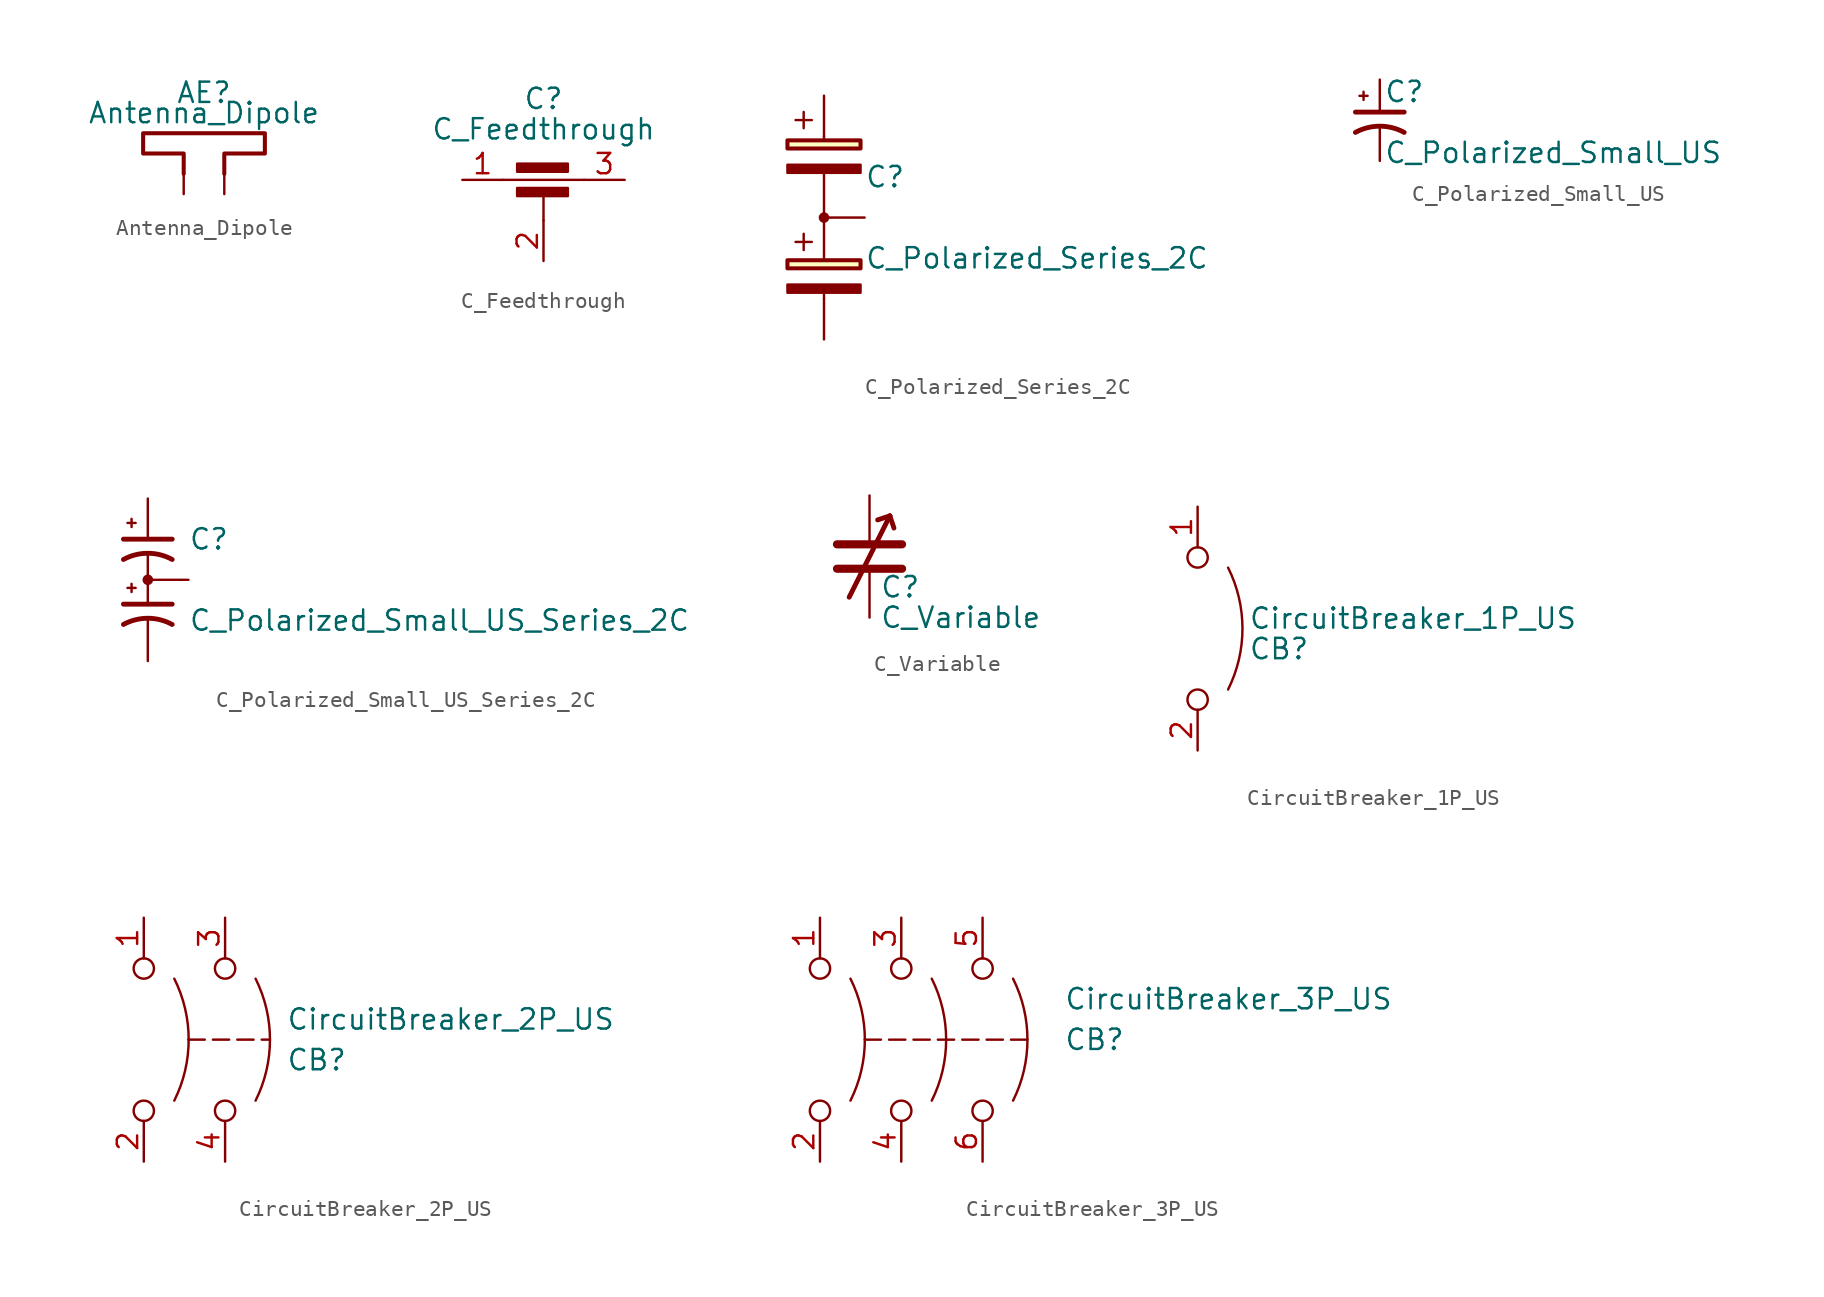
<source format=kicad_sym>
(kicad_symbol_lib
  (version 20220914)
  (generator kicad_symbol_editor)
  (symbol "Antenna_Dipole"
    (pin_numbers hide)
    (pin_names
      (offset 1.016) hide)
    (property "Reference" "AE"
      (at 1.27 1.27 0)
      (effects (font (size 1.27 1.27))))
    (property "Value" "Antenna_Dipole"
      (at 1.27 0 0)
      (effects (font (size 1.27 1.27))))
    (symbol "Antenna_Dipole_0_1"
      (polyline (pts (xy 2.54 -3.81) (xy 2.54 -2.54) (xy 5.08 -2.54) (xy 5.08 -1.27) (xy -2.54 -1.27) (xy -2.54 -2.54) (xy 0 -2.54) (xy 0 -3.81)) (stroke (width 0.254) (type default)) (fill (type none))))
    (symbol "Antenna_Dipole_1_1"
      (pin input line (at 0 -5.08 90) (length 2.54) (name "~" (effects (font (size 1.27 1.27)))) (number "1" (effects (font (size 1.27 1.27)))))
      (pin input line (at 2.54 -5.08 90) (length 2.54) (name "~" (effects (font (size 1.27 1.27)))) (number "2" (effects (font (size 1.27 1.27)))))))
  (symbol "C_Feedthrough"
    (pin_names
      (offset 0.254) hide)
    (property "Reference" "C"
      (at 0 7.62 0)
      (effects (font (size 1.27 1.27))))
    (property "Value" "C_Feedthrough"
      (at 0 5.715 0)
      (effects (font (size 1.27 1.27))))
    (symbol "C_Feedthrough_0_1"
      (rectangle (start -1.651 1.524) (end 1.524 2.032) (stroke (width 0) (type default)) (fill (type outline)))
      (polyline (pts (xy -2.54 2.54) (xy 2.54 2.54)) (stroke (width 0) (type default)) (fill (type none)))
      (polyline (pts (xy 0 0) (xy 0 1.778)) (stroke (width 0) (type default)) (fill (type none)))
      (rectangle (start 1.524 3.048) (end -1.651 3.556) (stroke (width 0) (type default)) (fill (type outline))))
    (symbol "C_Feedthrough_1_1"
      (pin passive line (at -5.08 2.54 0) (length 2.54) (name "1" (effects (font (size 1.27 1.27)))) (number "1" (effects (font (size 1.27 1.27)))))
      (pin passive line (at 0 -2.54 90) (length 2.54) (name "2" (effects (font (size 1.27 1.27)))) (number "2" (effects (font (size 1.27 1.27)))))
      (pin passive line (at 5.08 2.54 180) (length 2.54) (name "3" (effects (font (size 1.27 1.27)))) (number "3" (effects (font (size 1.27 1.27)))))))
  (symbol "C_Polarized_Series_2C"
    (pin_numbers hide)
    (property "Reference" "C"
      (at 2.54 2.54 0)
      (effects (font (size 1.27 1.27)) (justify left)))
    (property "Value" "C_Polarized_Series_2C"
      (at 2.54 -2.54 0)
      (effects (font (size 1.27 1.27)) (justify left)))
    (symbol "C_Polarized_Series_2C_0_1"
      (rectangle (start -2.286 -3.175) (end 2.286 -2.667) (stroke (width 0.254) (type default)) (fill (type background)))
      (rectangle (start -2.286 4.318) (end 2.286 4.826) (stroke (width 0.254) (type default)) (fill (type background)))
      (polyline (pts (xy -1.778 -1.524) (xy -0.762 -1.524)) (stroke (width 0) (type default)) (fill (type none)))
      (polyline (pts (xy -1.778 6.096) (xy -0.762 6.096)) (stroke (width 0) (type default)) (fill (type none)))
      (polyline (pts (xy -1.27 -1.016) (xy -1.27 -2.032)) (stroke (width 0) (type default)) (fill (type none)))
      (polyline (pts (xy -1.27 6.604) (xy -1.27 5.588)) (stroke (width 0) (type default)) (fill (type none)))
      (polyline (pts (xy 0 -5.08) (xy 0 -4.572)) (stroke (width 0.152) (type default)) (fill (type none)))
      (polyline (pts (xy 0 2.794) (xy 0 -2.667)) (stroke (width 0.152) (type default)) (fill (type none)))
      (polyline (pts (xy 0 5.08) (xy 0 4.826)) (stroke (width 0.152) (type default)) (fill (type none)))
      (circle (center 0 0) (radius 0.254) (stroke (width 0) (type default)) (fill (type outline)))
      (rectangle (start 2.286 -4.191) (end -2.286 -4.699) (stroke (width 0) (type default)) (fill (type outline)))
      (rectangle (start 2.286 3.302) (end -2.286 2.794) (stroke (width 0) (type default)) (fill (type outline))))
    (symbol "C_Polarized_Series_2C_1_1"
      (pin passive line (at 0 7.62 270) (length 2.54) (name "~" (effects (font (size 1.27 1.27)))) (number "1" (effects (font (size 1.27 1.27)))))
      (pin passive line (at 2.54 0 180) (length 2.54) (name "~" (effects (font (size 1.27 1.27)))) (number "2" (effects (font (size 1.27 1.27)))))
      (pin passive line (at 0 -7.62 90) (length 2.54) (name "~" (effects (font (size 1.27 1.27)))) (number "3" (effects (font (size 1.27 1.27)))))))
  (symbol "C_Polarized_Small_US"
    (pin_numbers hide)
    (pin_names
      (offset 0.254) hide)
    (property "Reference" "C"
      (at 0.254 1.778 0)
      (effects (font (size 1.27 1.27)) (justify left)))
    (property "Value" "C_Polarized_Small_US"
      (at 0.254 -2.032 0)
      (effects (font (size 1.27 1.27)) (justify left)))
    (symbol "C_Polarized_Small_US_0_1"
      (polyline (pts (xy -1.524 0.508) (xy 1.524 0.508)) (stroke (width 0.305) (type default)) (fill (type none)))
      (polyline (pts (xy -1.27 1.524) (xy -0.762 1.524)) (stroke (width 0) (type default)) (fill (type none)))
      (polyline (pts (xy -1.016 1.27) (xy -1.016 1.778)) (stroke (width 0) (type default)) (fill (type none)))
      (arc (start 1.524 -0.762) (mid 0 -0.3734) (end -1.524 -0.762) (stroke (width 0.3048) (type default)) (fill (type none))))
    (symbol "C_Polarized_Small_US_1_1"
      (pin passive line (at 0 2.54 270) (length 2.032) (name "~" (effects (font (size 1.27 1.27)))) (number "1" (effects (font (size 1.27 1.27)))))
      (pin passive line (at 0 -2.54 90) (length 2.032) (name "~" (effects (font (size 1.27 1.27)))) (number "2" (effects (font (size 1.27 1.27)))))))
  (symbol "C_Polarized_Small_US_Series_2C"
    (pin_numbers hide)
    (pin_names hide)
    (property "Reference" "C"
      (at 2.54 2.54 0)
      (effects (font (size 1.27 1.27)) (justify left)))
    (property "Value" "C_Polarized_Small_US_Series_2C"
      (at 2.54 -2.54 0)
      (effects (font (size 1.27 1.27)) (justify left)))
    (symbol "C_Polarized_Small_US_Series_2C_0_1"
      (polyline (pts (xy -1.524 -1.524) (xy 1.524 -1.524)) (stroke (width 0.305) (type default)) (fill (type none)))
      (polyline (pts (xy -1.524 2.54) (xy 1.524 2.54)) (stroke (width 0.305) (type default)) (fill (type none)))
      (polyline (pts (xy -1.27 -0.508) (xy -0.762 -0.508)) (stroke (width 0) (type default)) (fill (type none)))
      (polyline (pts (xy -1.27 3.556) (xy -0.762 3.556)) (stroke (width 0) (type default)) (fill (type none)))
      (polyline (pts (xy -1.016 -0.762) (xy -1.016 -0.254)) (stroke (width 0) (type default)) (fill (type none)))
      (polyline (pts (xy -1.016 3.302) (xy -1.016 3.81)) (stroke (width 0) (type default)) (fill (type none)))
      (polyline (pts (xy 0 1.524) (xy 0 -1.524)) (stroke (width 0.152) (type default)) (fill (type none)))
      (circle (center 0 0) (radius 0.254) (stroke (width 0) (type default)) (fill (type outline)))
      (arc (start 1.524 -2.794) (mid 0 -2.4054) (end -1.524 -2.794) (stroke (width 0.3048) (type default)) (fill (type none)))
      (arc (start 1.524 1.27) (mid 0 1.6586) (end -1.524 1.27) (stroke (width 0.3048) (type default)) (fill (type none))))
    (symbol "C_Polarized_Small_US_Series_2C_1_1"
      (pin passive line (at 0 5.08 270) (length 2.54) (name "~" (effects (font (size 1.27 1.27)))) (number "1" (effects (font (size 1.27 1.27)))))
      (pin passive line (at 2.54 0 180) (length 2.54) (name "~" (effects (font (size 1.27 1.27)))) (number "2" (effects (font (size 1.27 1.27)))))
      (pin passive line (at 0 -5.08 90) (length 2.54) (name "~" (effects (font (size 1.27 1.27)))) (number "3" (effects (font (size 1.27 1.27)))))))
  (symbol "C_Variable"
    (pin_numbers hide)
    (pin_names
      (offset 0.254) hide)
    (property "Reference" "C"
      (at 0.635 -1.905 0)
      (effects (font (size 1.27 1.27)) (justify left)))
    (property "Value" "C_Variable"
      (at 0.635 -3.81 0)
      (effects (font (size 1.27 1.27)) (justify left)))
    (symbol "C_Variable_0_1"
      (polyline (pts (xy -2.032 -0.762) (xy 2.032 -0.762)) (stroke (width 0.508) (type default)) (fill (type none)))
      (polyline (pts (xy -2.032 0.762) (xy 2.032 0.762)) (stroke (width 0.508) (type default)) (fill (type none)))
      (polyline (pts (xy 1.27 2.54) (xy -1.27 -2.54)) (stroke (width 0.305) (type default)) (fill (type none)))
      (polyline (pts (xy 1.27 2.54) (xy 0.508 2.286)) (stroke (width 0.305) (type default)) (fill (type none)))
      (polyline (pts (xy 1.27 2.54) (xy 1.524 1.778)) (stroke (width 0.305) (type default)) (fill (type none))))
    (symbol "C_Variable_1_1"
      (pin passive line (at 0 3.81 270) (length 3.048) (name "~" (effects (font (size 1.27 1.27)))) (number "1" (effects (font (size 1.27 1.27)))))
      (pin passive line (at 0 -3.81 90) (length 3.048) (name "~" (effects (font (size 1.27 1.27)))) (number "2" (effects (font (size 1.27 1.27)))))))
  (symbol "CircuitBreaker_1P_US"
    (property "Reference" "CB"
      (at 3.175 -1.27 0)
      (effects (font (size 1.27 1.27)) (justify left)))
    (property "Value" "CircuitBreaker_1P_US"
      (at 3.175 0.635 0)
      (effects (font (size 1.27 1.27)) (justify left)))
    (symbol "CircuitBreaker_1P_US_0_1"
      (circle (center 0 -4.445) (radius 0.635) (stroke (width 0) (type default)) (fill (type none)))
      (circle (center 0 4.445) (radius 0.635) (stroke (width 0) (type default)) (fill (type none)))
      (arc (start 1.905 -3.81) (mid 2.8044 0) (end 1.905 3.81) (stroke (width 0) (type default)) (fill (type none))))
    (symbol "CircuitBreaker_1P_US_1_1"
      (pin passive line (at 0 7.62 270) (length 2.54) (name "~" (effects (font (size 1.27 1.27)))) (number "1" (effects (font (size 1.27 1.27)))))
      (pin passive line (at 0 -7.62 90) (length 2.54) (name "~" (effects (font (size 1.27 1.27)))) (number "2" (effects (font (size 1.27 1.27)))))))
  (symbol "CircuitBreaker_2P_US"
    (property "Reference" "CB"
      (at 6.35 -1.27 0)
      (effects (font (size 1.27 1.27)) (justify left)))
    (property "Value" "CircuitBreaker_2P_US"
      (at 6.35 1.27 0)
      (effects (font (size 1.27 1.27)) (justify left)))
    (symbol "CircuitBreaker_2P_US_0_1"
      (circle (center -2.54 -4.445) (radius 0.635) (stroke (width 0) (type default)) (fill (type none)))
      (circle (center -2.54 4.445) (radius 0.635) (stroke (width 0) (type default)) (fill (type none)))
      (arc (start -0.635 -3.81) (mid 0.2644 0) (end -0.635 3.81) (stroke (width 0) (type default)) (fill (type none)))
      (polyline (pts (xy 0.254 0) (xy 0.254 0)) (stroke (width 0) (type default)) (fill (type none)))
      (polyline (pts (xy 0.254 0) (xy 1.27 0)) (stroke (width 0) (type default)) (fill (type none)))
      (polyline (pts (xy 1.778 0) (xy 2.794 0)) (stroke (width 0) (type default)) (fill (type none)))
      (polyline (pts (xy 3.302 0) (xy 4.318 0)) (stroke (width 0) (type default)) (fill (type none)))
      (polyline (pts (xy 4.826 0) (xy 5.334 0)) (stroke (width 0) (type default)) (fill (type none))))
    (symbol "CircuitBreaker_2P_US_1_1"
      (circle (center 2.54 -4.445) (radius 0.635) (stroke (width 0) (type default)) (fill (type none)))
      (circle (center 2.54 4.445) (radius 0.635) (stroke (width 0) (type default)) (fill (type none)))
      (arc (start 4.445 -3.81) (mid 5.3444 0) (end 4.445 3.81) (stroke (width 0) (type default)) (fill (type none)))
      (pin passive line (at -2.54 7.62 270) (length 2.54) (name "~" (effects (font (size 1.27 1.27)))) (number "1" (effects (font (size 1.27 1.27)))))
      (pin passive line (at -2.54 -7.62 90) (length 2.54) (name "~" (effects (font (size 1.27 1.27)))) (number "2" (effects (font (size 1.27 1.27)))))
      (pin passive line (at 2.54 7.62 270) (length 2.54) (name "~" (effects (font (size 1.27 1.27)))) (number "3" (effects (font (size 1.27 1.27)))))
      (pin passive line (at 2.54 -7.62 90) (length 2.54) (name "~" (effects (font (size 1.27 1.27)))) (number "4" (effects (font (size 1.27 1.27)))))))
  (symbol "CircuitBreaker_3P_US"
    (property "Reference" "CB"
      (at 10.16 0 0)
      (effects (font (size 1.27 1.27)) (justify left)))
    (property "Value" "CircuitBreaker_3P_US"
      (at 10.16 2.54 0)
      (effects (font (size 1.27 1.27)) (justify left)))
    (symbol "CircuitBreaker_3P_US_0_1"
      (circle (center 0 -4.445) (radius 0.635) (stroke (width 0) (type default)) (fill (type none)))
      (polyline (pts (xy -2.286 0) (xy -1.27 0)) (stroke (width 0) (type default)) (fill (type none)))
      (polyline (pts (xy -0.762 0) (xy 0.254 0)) (stroke (width 0) (type default)) (fill (type none)))
      (polyline (pts (xy 0.762 0) (xy 1.778 0)) (stroke (width 0) (type default)) (fill (type none)))
      (polyline (pts (xy 2.286 0) (xy 3.302 0)) (stroke (width 0) (type default)) (fill (type none)))
      (polyline (pts (xy 3.81 0) (xy 4.826 0)) (stroke (width 0) (type default)) (fill (type none)))
      (polyline (pts (xy 5.334 0) (xy 6.35 0)) (stroke (width 0) (type default)) (fill (type none)))
      (polyline (pts (xy 6.858 0) (xy 7.874 0)) (stroke (width 0) (type default)) (fill (type none)))
      (circle (center 0 4.445) (radius 0.635) (stroke (width 0) (type default)) (fill (type none)))
      (arc (start 1.905 -3.81) (mid 2.8044 0) (end 1.905 3.81) (stroke (width 0) (type default)) (fill (type none))))
    (symbol "CircuitBreaker_3P_US_1_1"
      (circle (center -5.08 -4.445) (radius 0.635) (stroke (width 0) (type default)) (fill (type none)))
      (circle (center -5.08 4.445) (radius 0.635) (stroke (width 0) (type default)) (fill (type none)))
      (arc (start -3.175 -3.81) (mid -2.2756 0) (end -3.175 3.81) (stroke (width 0) (type default)) (fill (type none)))
      (circle (center 5.08 -4.445) (radius 0.635) (stroke (width 0) (type default)) (fill (type none)))
      (circle (center 5.08 4.445) (radius 0.635) (stroke (width 0) (type default)) (fill (type none)))
      (arc (start 6.985 -3.81) (mid 7.8844 0) (end 6.985 3.81) (stroke (width 0) (type default)) (fill (type none)))
      (pin passive line (at -5.08 7.62 270) (length 2.54) (name "~" (effects (font (size 1.27 1.27)))) (number "1" (effects (font (size 1.27 1.27)))))
      (pin passive line (at -5.08 -7.62 90) (length 2.54) (name "~" (effects (font (size 1.27 1.27)))) (number "2" (effects (font (size 1.27 1.27)))))
      (pin passive line (at 0 7.62 270) (length 2.54) (name "~" (effects (font (size 1.27 1.27)))) (number "3" (effects (font (size 1.27 1.27)))))
      (pin passive line (at 0 -7.62 90) (length 2.54) (name "~" (effects (font (size 1.27 1.27)))) (number "4" (effects (font (size 1.27 1.27)))))
      (pin passive line (at 5.08 7.62 270) (length 2.54) (name "~" (effects (font (size 1.27 1.27)))) (number "5" (effects (font (size 1.27 1.27)))))
      (pin passive line (at 5.08 -7.62 90) (length 2.54) (name "~" (effects (font (size 1.27 1.27)))) (number "6" (effects (font (size 1.27 1.27))))))))
</source>
